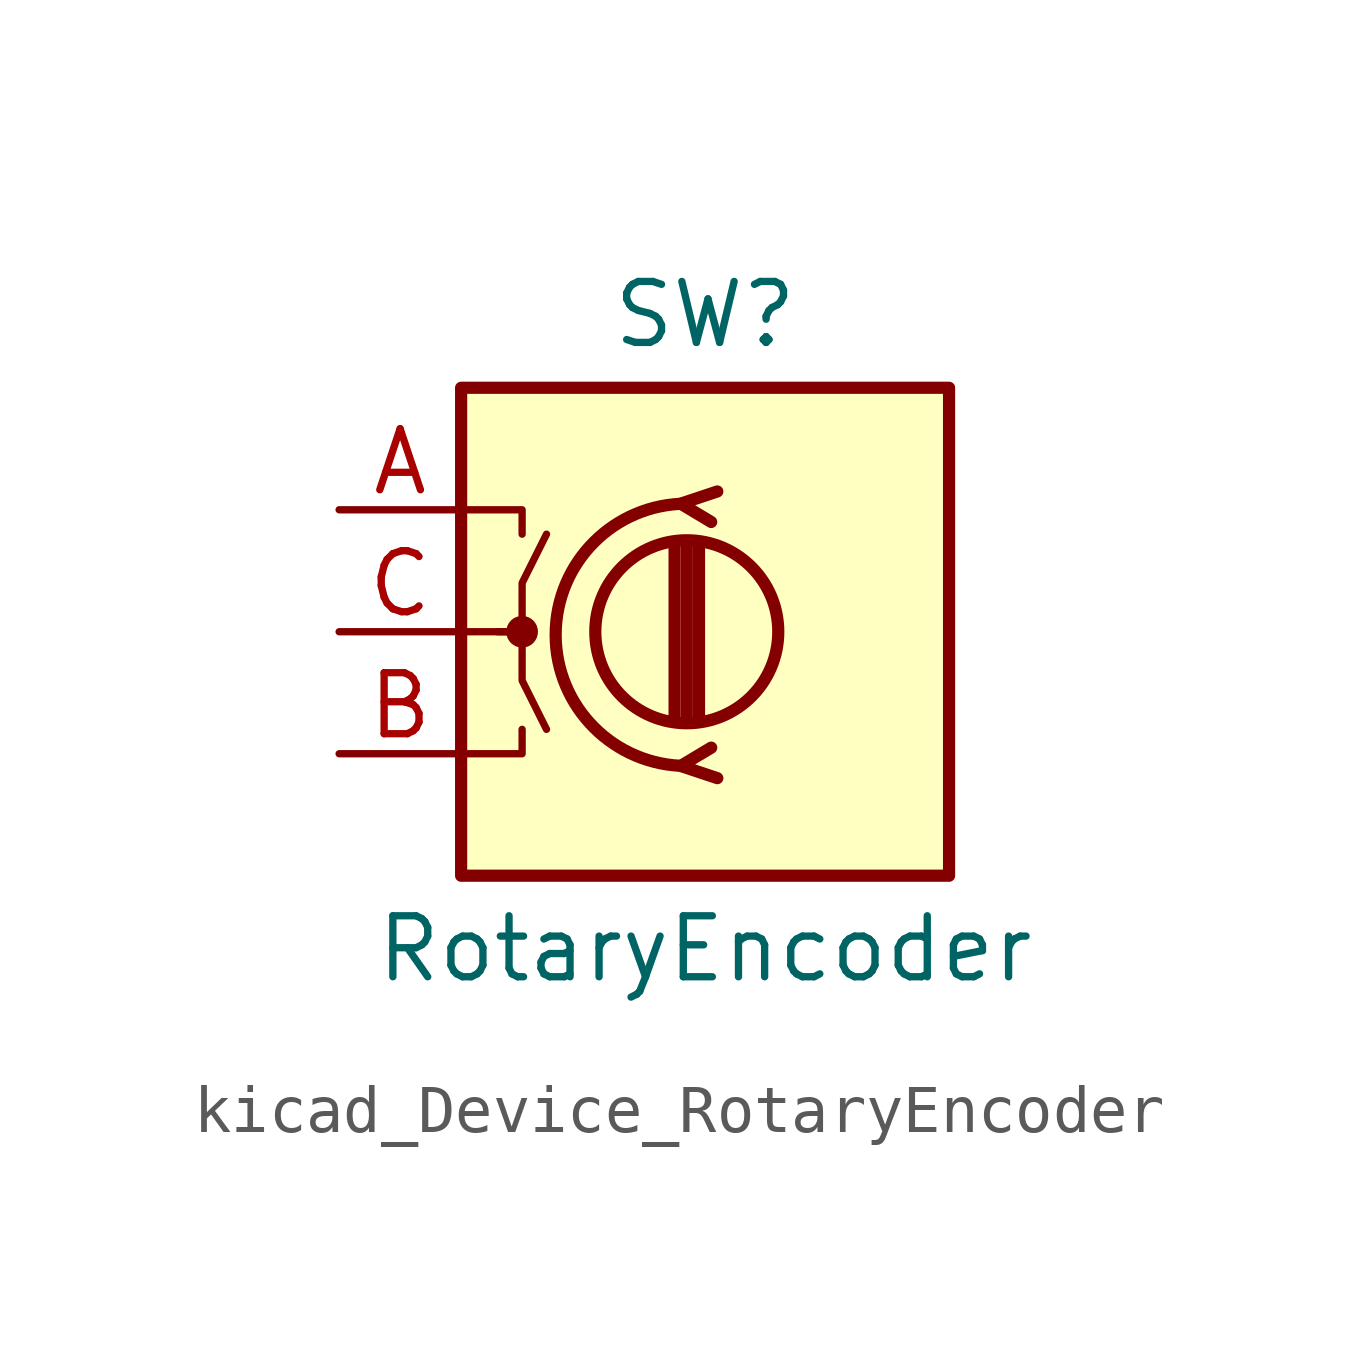
<source format=kicad_sym>
(kicad_symbol_lib
  (version 20220914)
  (generator kicad_symbol_editor)
  (symbol "kicad_Device_RotaryEncoder"
    (pin_names
      (offset 0.254) hide)
    (property "Reference" "SW"
      (at 0 6.604 0)
      (effects (font (size 1.27 1.27))))
    (property "Value" "RotaryEncoder"
      (at 0 -6.604 0)
      (effects (font (size 1.27 1.27))))
    (symbol "kicad_Device_RotaryEncoder_0_1"
      (rectangle (start -5.08 5.08) (end 5.08 -5.08) (stroke (width 0.254) (type default)) (fill (type background)))
      (circle (center -3.81 0) (radius 0.254) (stroke (width 0) (type default)) (fill (type outline)))
      (circle (center -0.381 0) (radius 1.905) (stroke (width 0.254) (type default)) (fill (type none)))
      (arc (start -0.381 2.667) (mid -3.0988 -0.0635) (end -0.381 -2.794) (stroke (width 0.254) (type default)) (fill (type none)))
      (polyline (pts (xy -0.635 -1.778) (xy -0.635 1.778)) (stroke (width 0.254) (type default)) (fill (type none)))
      (polyline (pts (xy -0.381 -1.778) (xy -0.381 1.778)) (stroke (width 0.254) (type default)) (fill (type none)))
      (polyline (pts (xy -0.127 1.778) (xy -0.127 -1.778)) (stroke (width 0.254) (type default)) (fill (type none)))
      (polyline (pts (xy -5.08 -2.54) (xy -3.81 -2.54) (xy -3.81 -2.032)) (stroke (width 0) (type default)) (fill (type none)))
      (polyline (pts (xy -5.08 2.54) (xy -3.81 2.54) (xy -3.81 2.032)) (stroke (width 0) (type default)) (fill (type none)))
      (polyline (pts (xy 0.254 -3.048) (xy -0.508 -2.794) (xy 0.127 -2.413)) (stroke (width 0.254) (type default)) (fill (type none)))
      (polyline (pts (xy 0.254 2.921) (xy -0.508 2.667) (xy 0.127 2.286)) (stroke (width 0.254) (type default)) (fill (type none)))
      (polyline (pts (xy -5.08 0) (xy -3.81 0) (xy -3.81 -1.016) (xy -3.302 -2.032)) (stroke (width 0) (type default)) (fill (type none)))
      (polyline (pts (xy -4.318 0) (xy -3.81 0) (xy -3.81 1.016) (xy -3.302 2.032)) (stroke (width 0) (type default)) (fill (type none))))
    (symbol "kicad_Device_RotaryEncoder_1_1"
      (pin passive line (at -7.62 2.54 0) (length 2.54) (name "A" (effects (font (size 1.27 1.27)))) (number "A" (effects (font (size 1.27 1.27)))))
      (pin passive line (at -7.62 -2.54 0) (length 2.54) (name "B" (effects (font (size 1.27 1.27)))) (number "B" (effects (font (size 1.27 1.27)))))
      (pin passive line (at -7.62 0 0) (length 2.54) (name "C" (effects (font (size 1.27 1.27)))) (number "C" (effects (font (size 1.27 1.27))))))))
</source>
